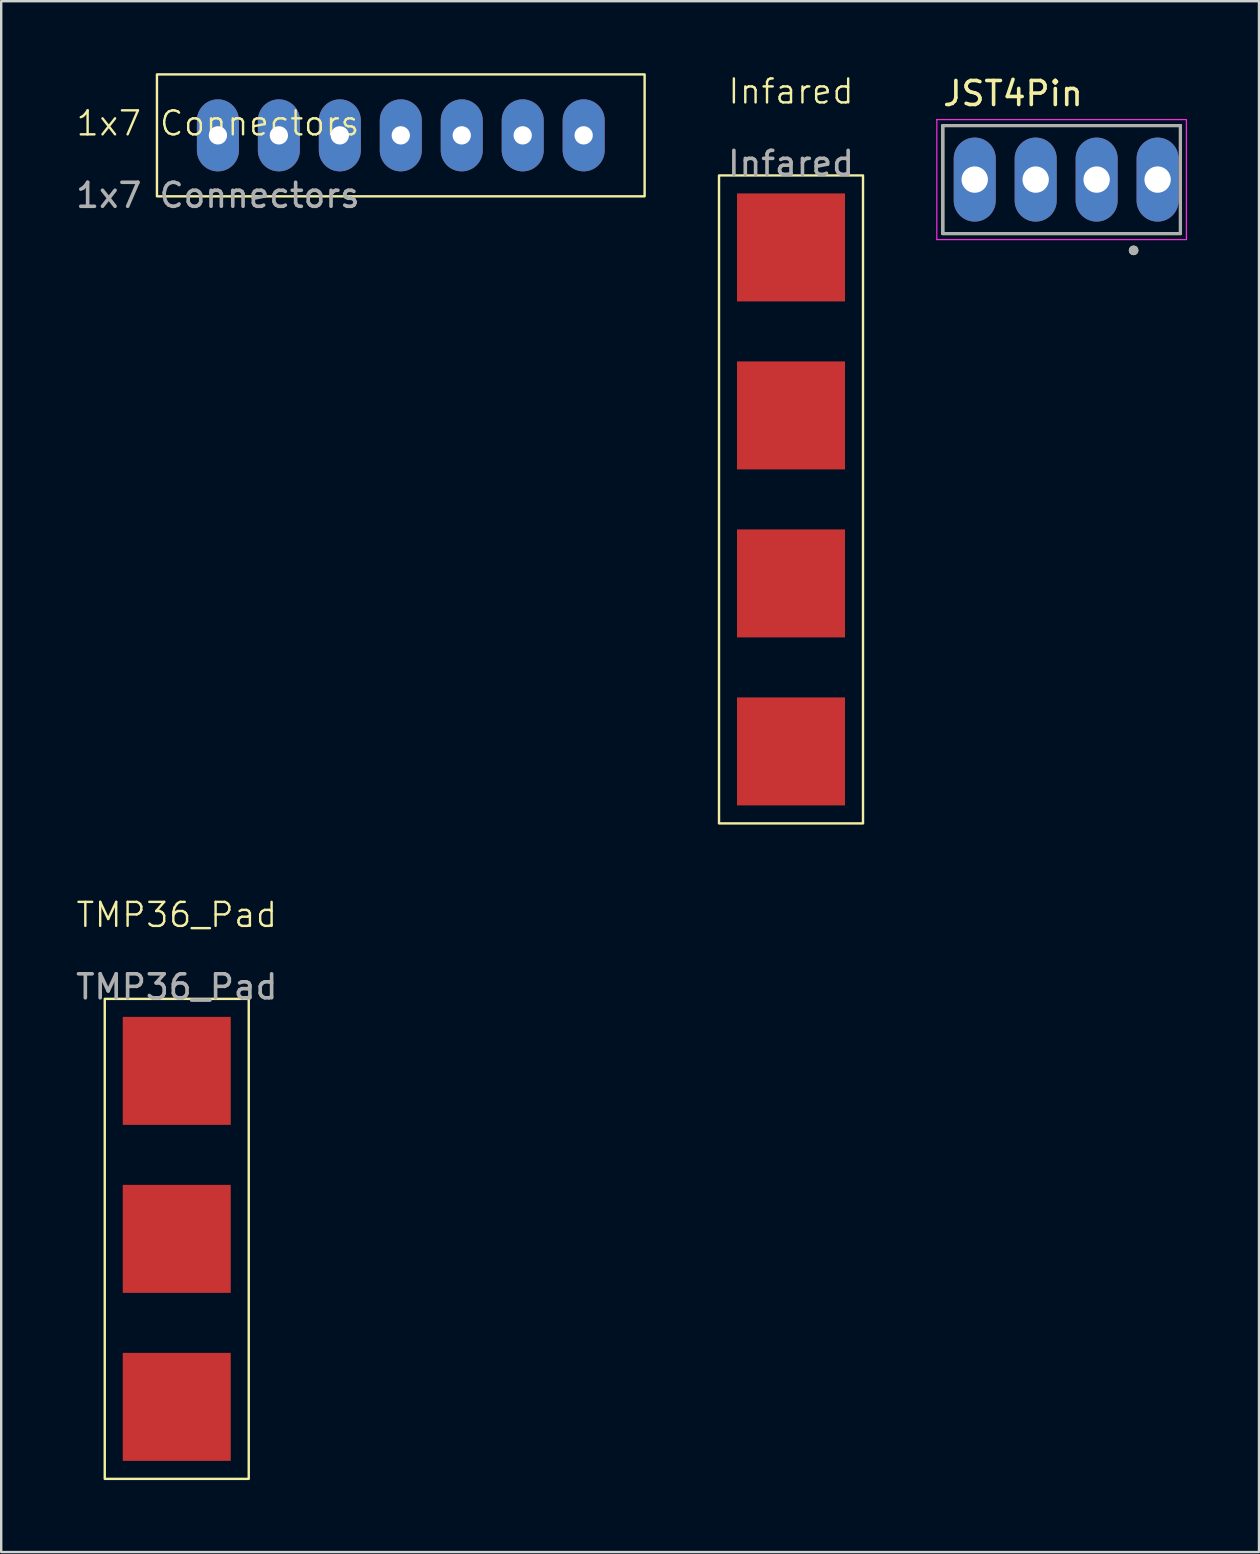
<source format=kicad_pcb>
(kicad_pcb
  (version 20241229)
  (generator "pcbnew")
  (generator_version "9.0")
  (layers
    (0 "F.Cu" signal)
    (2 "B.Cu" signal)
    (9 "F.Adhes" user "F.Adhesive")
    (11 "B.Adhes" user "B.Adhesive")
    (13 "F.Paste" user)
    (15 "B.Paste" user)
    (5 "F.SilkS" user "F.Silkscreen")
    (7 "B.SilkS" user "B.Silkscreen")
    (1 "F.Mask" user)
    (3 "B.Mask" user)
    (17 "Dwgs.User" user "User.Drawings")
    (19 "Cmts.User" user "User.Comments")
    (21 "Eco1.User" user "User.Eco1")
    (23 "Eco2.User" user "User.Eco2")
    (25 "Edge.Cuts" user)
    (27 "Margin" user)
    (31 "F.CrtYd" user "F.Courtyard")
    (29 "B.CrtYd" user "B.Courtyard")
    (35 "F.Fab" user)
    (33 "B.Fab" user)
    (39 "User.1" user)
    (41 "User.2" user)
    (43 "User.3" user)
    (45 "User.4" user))
  (footprint "Infared"
    (layer "F.Cu")
    (at 29.91 1.26)
    (property "Reference" "Infared" (at 0 -0.5 0) (unlocked yes) (layer "F.SilkS") (effects (font (size 1 1) (thickness 0.1))))
    (attr smd)
    (fp_rect (start -3 3) (end 3 30) (stroke (width 0.1) (type default)) (fill no) (layer "F.SilkS"))
    (fp_text user "${REFERENCE}" (at 0 2.5 0) (unlocked yes) (layer "F.Fab") (effects (font (size 1 1) (thickness 0.15))))
    (pad "1" smd rect (at 0 6) (size 4.5 4.5) (layers "F.Cu" "F.Mask" "F.Paste"))
    (pad "2" smd rect (at 0 13) (size 4.5 4.5) (layers "F.Cu" "F.Mask" "F.Paste"))
    (pad "3" smd rect (at 0 20) (size 4.5 4.5) (layers "F.Cu" "F.Mask" "F.Paste"))
    (pad "4" smd rect (at 0 27) (size 4.5 4.5) (layers "F.Cu" "F.Mask" "F.Paste")))
  (footprint "1x7 Connectors"
    (layer "F.Cu")
    (at 6.03 2.59)
    (property "Reference" "1x7 Connectors" (at 0 -0.5 0) (unlocked yes) (layer "F.SilkS") (effects (font (size 1 1) (thickness 0.1))))
    (attr through_hole)
    (fp_rect (start -2.54 -2.54) (end 17.78 2.54) (stroke (width 0.1) (type default)) (fill no) (layer "F.SilkS"))
    (fp_text user "${REFERENCE}" (at 0 2.5 0) (unlocked yes) (layer "F.Fab") (effects (font (size 1 1) (thickness 0.15))))
    (pad "1" thru_hole oval (at 0 0) (size 1.75 3) (drill 0.762) (layers "*.Cu" "*.Mask"))
    (pad "2" thru_hole oval (at 2.54 0) (size 1.75 3) (drill 0.762) (layers "*.Cu" "*.Mask"))
    (pad "3" thru_hole oval (at 5.08 0) (size 1.75 3) (drill 0.762) (layers "*.Cu" "*.Mask"))
    (pad "4" thru_hole oval (at 7.62 0) (size 1.75 3) (drill 0.762) (layers "*.Cu" "*.Mask"))
    (pad "5" thru_hole oval (at 10.16 0) (size 1.75 3) (drill 0.762) (layers "*.Cu" "*.Mask"))
    (pad "6" thru_hole oval (at 12.7 0) (size 1.75 3) (drill 0.762) (layers "*.Cu" "*.Mask"))
    (pad "7" thru_hole oval (at 15.24 0) (size 1.75 3) (drill 0.762) (layers "*.Cu" "*.Mask")))
  (footprint "JST4Pin"
    (layer "F.Cu")
    (at 41.185 4.433)
    (property "Reference" "JST4Pin" (at -2.025 -3.585 0) (layer "F.SilkS") (effects (font (size 1 1) (thickness 0.15))))
    (attr through_hole)
    (fp_line (start -4.95 -2.25) (end 4.95 -2.25) (stroke (width 0.127) (type solid)) (layer "F.SilkS"))
    (fp_line (start -4.95 2.25) (end -4.95 -2.25) (stroke (width 0.127) (type solid)) (layer "F.SilkS"))
    (fp_line (start 4.95 -2.25) (end 4.95 2.25) (stroke (width 0.127) (type solid)) (layer "F.SilkS"))
    (fp_line (start 4.95 2.25) (end -4.95 2.25) (stroke (width 0.127) (type solid)) (layer "F.SilkS"))
    (fp_circle (center 3 2.95) (end 3.1 2.95) (stroke (width 0.2) (type solid)) (fill no) (layer "F.SilkS"))
    (fp_line (start -5.2 -2.5) (end 5.2 -2.5) (stroke (width 0.05) (type solid)) (layer "F.CrtYd"))
    (fp_line (start -5.2 2.5) (end -5.2 -2.5) (stroke (width 0.05) (type solid)) (layer "F.CrtYd"))
    (fp_line (start 5.2 -2.5) (end 5.2 2.5) (stroke (width 0.05) (type solid)) (layer "F.CrtYd"))
    (fp_line (start 5.2 2.5) (end -5.2 2.5) (stroke (width 0.05) (type solid)) (layer "F.CrtYd"))
    (fp_line (start -4.95 -2.25) (end 4.95 -2.25) (stroke (width 0.127) (type solid)) (layer "F.Fab"))
    (fp_line (start -4.95 2.25) (end -4.95 -2.25) (stroke (width 0.127) (type solid)) (layer "F.Fab"))
    (fp_line (start 4.95 -2.25) (end 4.95 2.25) (stroke (width 0.127) (type solid)) (layer "F.Fab"))
    (fp_line (start 4.95 2.25) (end -4.95 2.25) (stroke (width 0.127) (type solid)) (layer "F.Fab"))
    (fp_circle (center 3 2.95) (end 3.1 2.95) (stroke (width 0.2) (type solid)) (fill no) (layer "F.Fab"))
    (pad "1" thru_hole oval (at 4 0 180) (size 1.75 3.5) (drill 1.1) (layers "*.Cu" "*.Mask"))
    (pad "2" thru_hole oval (at 1.46 0 180) (size 1.75 3.5) (drill 1.1) (layers "*.Cu" "*.Mask"))
    (pad "3" thru_hole oval (at -1.08 0 180) (size 1.75 3.5) (drill 1.1) (layers "*.Cu" "*.Mask"))
    (pad "4" thru_hole oval (at -3.62 0 180) (size 1.75 3.5) (drill 1.1) (layers "*.Cu" "*.Mask")))
  (footprint "TMP36_Pad"
    (layer "F.Cu")
    (at 4.315 35.571)
    (property "Reference" "TMP36_Pad" (at 0 -0.5 0) (unlocked yes) (layer "F.SilkS") (effects (font (size 1 1) (thickness 0.1))))
    (attr smd)
    (fp_rect (start -3 3) (end 3 23) (stroke (width 0.1) (type default)) (fill no) (layer "F.SilkS"))
    (fp_text user "${REFERENCE}" (at 0 2.5 0) (unlocked yes) (layer "F.Fab") (effects (font (size 1 1) (thickness 0.15))))
    (pad "1" smd rect (at 0 6) (size 4.5 4.5) (layers "F.Cu" "F.Mask" "F.Paste"))
    (pad "2" smd rect (at 0 13) (size 4.5 4.5) (layers "F.Cu" "F.Mask" "F.Paste"))
    (pad "3" smd rect (at 0 20) (size 4.5 4.5) (layers "F.Cu" "F.Mask" "F.Paste")))
  (gr_rect
    (start -3 -3)
    (end 49.41 61.621)
    (stroke (width 0.1) (type default))
    (fill no)
    (layer "Edge.Cuts")))
</source>
